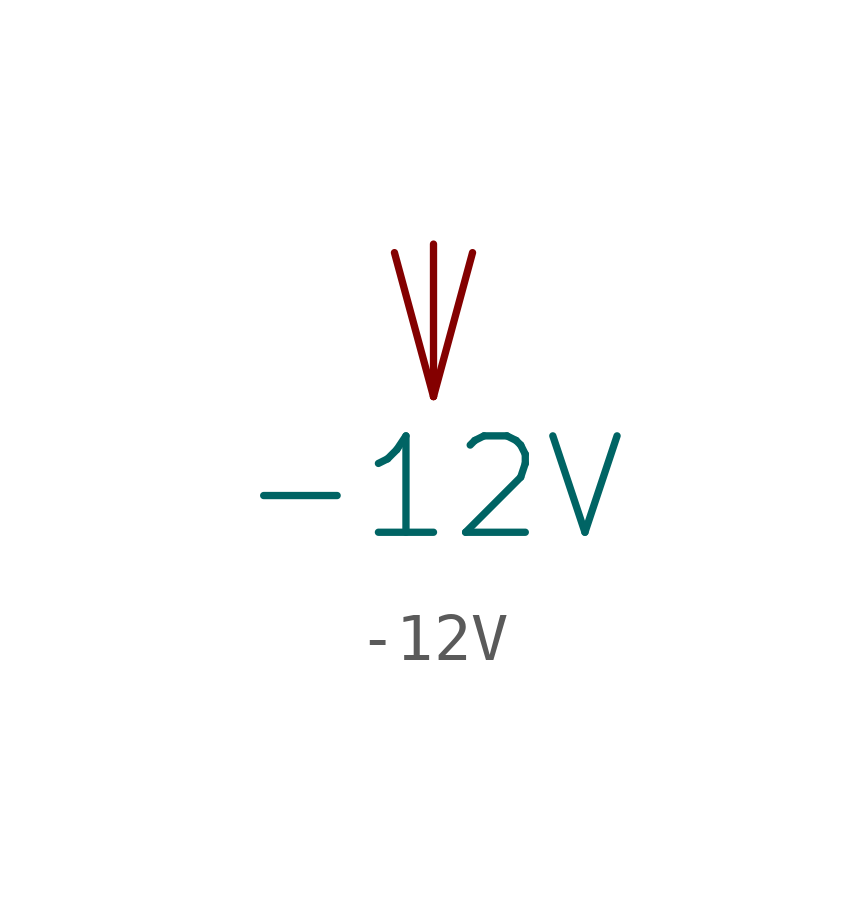
<source format=kicad_sym>
(kicad_symbol_lib
  (version 20231120)
  (generator "kicad_symbol_editor")
  (generator_version "8.0")
  (symbol "-12V"
    (power)
    (pin_numbers hide)
    (pin_names
      (offset 0) hide)
    (property "Reference" "#PWR"
      (at 0 2.54 0)
      (effects (font (size 2.007 2.007)) (hide yes)))
    (property "Value" "-12V"
      (at 0 -5.08 0)
      (effects (font (size 2.007 2.007))))
    (property "Footprint" ""
      (at 0 -3.175 90)
      (effects (font (size 2.489 2.489))))
    (symbol "-12V_0_1"
      (polyline (pts (xy -0.813 -0.178) (xy 0 -3.175)) (stroke (width 0) (type solid)) (fill (type none)))
      (polyline (pts (xy 0 -3.175) (xy 0 0)) (stroke (width 0) (type solid)) (fill (type none)))
      (polyline (pts (xy 0 -3.175) (xy 0.813 -0.178)) (stroke (width 0) (type solid)) (fill (type none))))
    (symbol "-12V_1_1"
      (pin power_in line (at 0 0 270) (length 0) hide (name "-12V" (effects (font (size 1.803 1.803)))) (number "1" (effects (font (size 1.803 1.803))))))))
</source>
